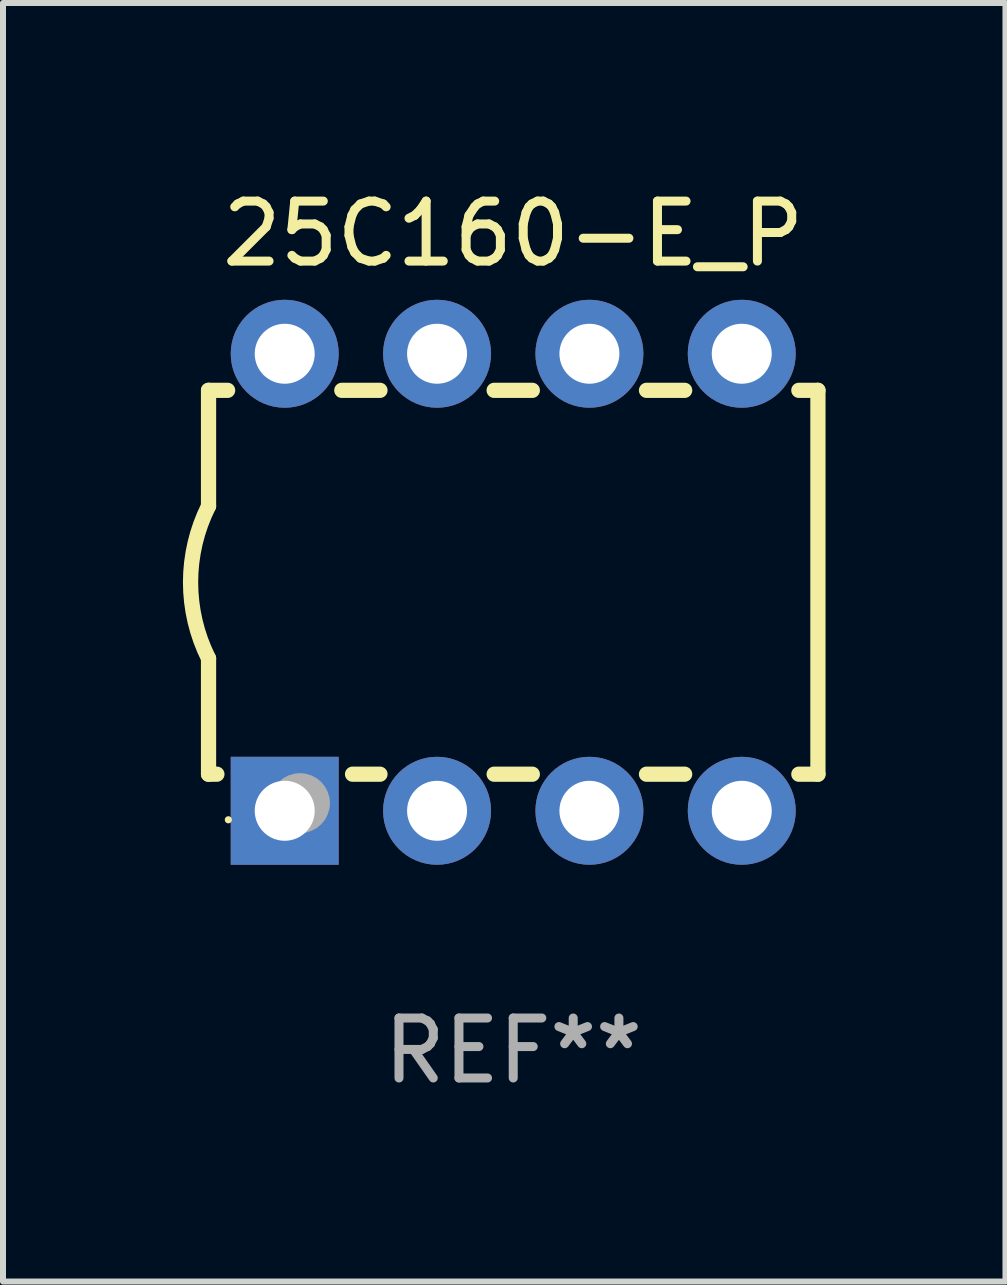
<source format=kicad_pcb>
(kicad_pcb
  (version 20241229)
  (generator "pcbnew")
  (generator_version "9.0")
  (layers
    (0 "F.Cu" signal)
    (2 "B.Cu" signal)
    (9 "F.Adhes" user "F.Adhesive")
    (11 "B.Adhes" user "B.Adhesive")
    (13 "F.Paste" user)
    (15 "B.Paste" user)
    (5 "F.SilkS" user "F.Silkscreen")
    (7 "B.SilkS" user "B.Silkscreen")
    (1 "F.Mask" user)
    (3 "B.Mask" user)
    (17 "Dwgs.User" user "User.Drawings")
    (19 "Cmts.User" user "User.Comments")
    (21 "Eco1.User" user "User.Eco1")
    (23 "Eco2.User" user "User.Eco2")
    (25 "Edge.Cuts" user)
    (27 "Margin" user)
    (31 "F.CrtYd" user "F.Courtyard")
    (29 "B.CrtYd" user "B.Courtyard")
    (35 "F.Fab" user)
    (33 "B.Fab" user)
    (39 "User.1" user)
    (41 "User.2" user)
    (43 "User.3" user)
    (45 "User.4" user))
  (footprint "25C160-E_P"
    (layer "F.Cu")
    (at 5.507 6.658)
    (property "Reference" "25C160-E_P" (at 0 -5.81 0) (layer "F.SilkS") (effects (font (size 1 1) (thickness 0.15))))
    (attr through_hole)
    (fp_line (start -5.08 -3.2) (end -4.762 -3.2) (stroke (width 0.254) (type solid)) (layer "F.SilkS"))
    (fp_line (start -5.08 -1.27) (end -5.08 -3.2) (stroke (width 0.254) (type solid)) (layer "F.SilkS"))
    (fp_line (start -5.08 3.2) (end -5.08 1.27) (stroke (width 0.254) (type solid)) (layer "F.SilkS"))
    (fp_line (start -5.08 3.2) (end -4.941 3.2) (stroke (width 0.254) (type solid)) (layer "F.SilkS"))
    (fp_line (start -2.858 -3.2) (end -2.222 -3.2) (stroke (width 0.254) (type solid)) (layer "F.SilkS"))
    (fp_line (start -2.679 3.2) (end -2.222 3.2) (stroke (width 0.254) (type solid)) (layer "F.SilkS"))
    (fp_line (start -0.318 -3.2) (end 0.318 -3.2) (stroke (width 0.254) (type solid)) (layer "F.SilkS"))
    (fp_line (start -0.318 3.2) (end 0.318 3.2) (stroke (width 0.254) (type solid)) (layer "F.SilkS"))
    (fp_line (start 2.222 -3.2) (end 2.858 -3.2) (stroke (width 0.254) (type solid)) (layer "F.SilkS"))
    (fp_line (start 2.222 3.2) (end 2.858 3.2) (stroke (width 0.254) (type solid)) (layer "F.SilkS"))
    (fp_line (start 4.762 -3.2) (end 5.08 -3.2) (stroke (width 0.254) (type solid)) (layer "F.SilkS"))
    (fp_line (start 4.762 3.2) (end 5.08 3.2) (stroke (width 0.254) (type solid)) (layer "F.SilkS"))
    (fp_line (start 5.08 3.2) (end 5.08 -3.2) (stroke (width 0.254) (type solid)) (layer "F.SilkS"))
    (fp_arc (start -5.080011 1.270002) (mid -5.379818 -0.000001) (end -5.08001 -1.270003) (stroke (width 0.254001) (type solid)) (layer "F.SilkS"))
    (fp_circle (center -4.75 3.96) (end -4.72 3.96) (stroke (width 0.06) (type solid)) (fill no) (layer "F.SilkS"))
    (fp_circle (center -3.556 3.683) (end -3.306 3.683) (stroke (width 0.5) (type solid)) (fill no) (layer "F.Fab"))
    (fp_text user "REF**" (at 0 7.81 0) (layer "F.Fab") (effects (font (size 1 1) (thickness 0.15))))
    (pad "1" thru_hole rect (at -3.81 3.81) (size 1.8 1.8) (drill 1) (layers "*.Cu" "*.Mask"))
    (pad "2" thru_hole circle (at -1.27 3.81) (size 1.8 1.8) (drill 1) (layers "*.Cu" "*.Mask"))
    (pad "3" thru_hole circle (at 1.27 3.81) (size 1.8 1.8) (drill 1) (layers "*.Cu" "*.Mask"))
    (pad "4" thru_hole circle (at 3.81 3.81) (size 1.8 1.8) (drill 1) (layers "*.Cu" "*.Mask"))
    (pad "5" thru_hole circle (at 3.81 -3.81) (size 1.8 1.8) (drill 1) (layers "*.Cu" "*.Mask"))
    (pad "6" thru_hole circle (at 1.27 -3.81) (size 1.8 1.8) (drill 1) (layers "*.Cu" "*.Mask"))
    (pad "7" thru_hole circle (at -1.27 -3.81) (size 1.8 1.8) (drill 1) (layers "*.Cu" "*.Mask"))
    (pad "8" thru_hole circle (at -3.81 -3.81) (size 1.8 1.8) (drill 1) (layers "*.Cu" "*.Mask")))
  (gr_rect
    (start -3 -3)
    (end 13.714 18.317)
    (stroke (width 0.1) (type default))
    (fill no)
    (layer "Edge.Cuts")))
</source>
